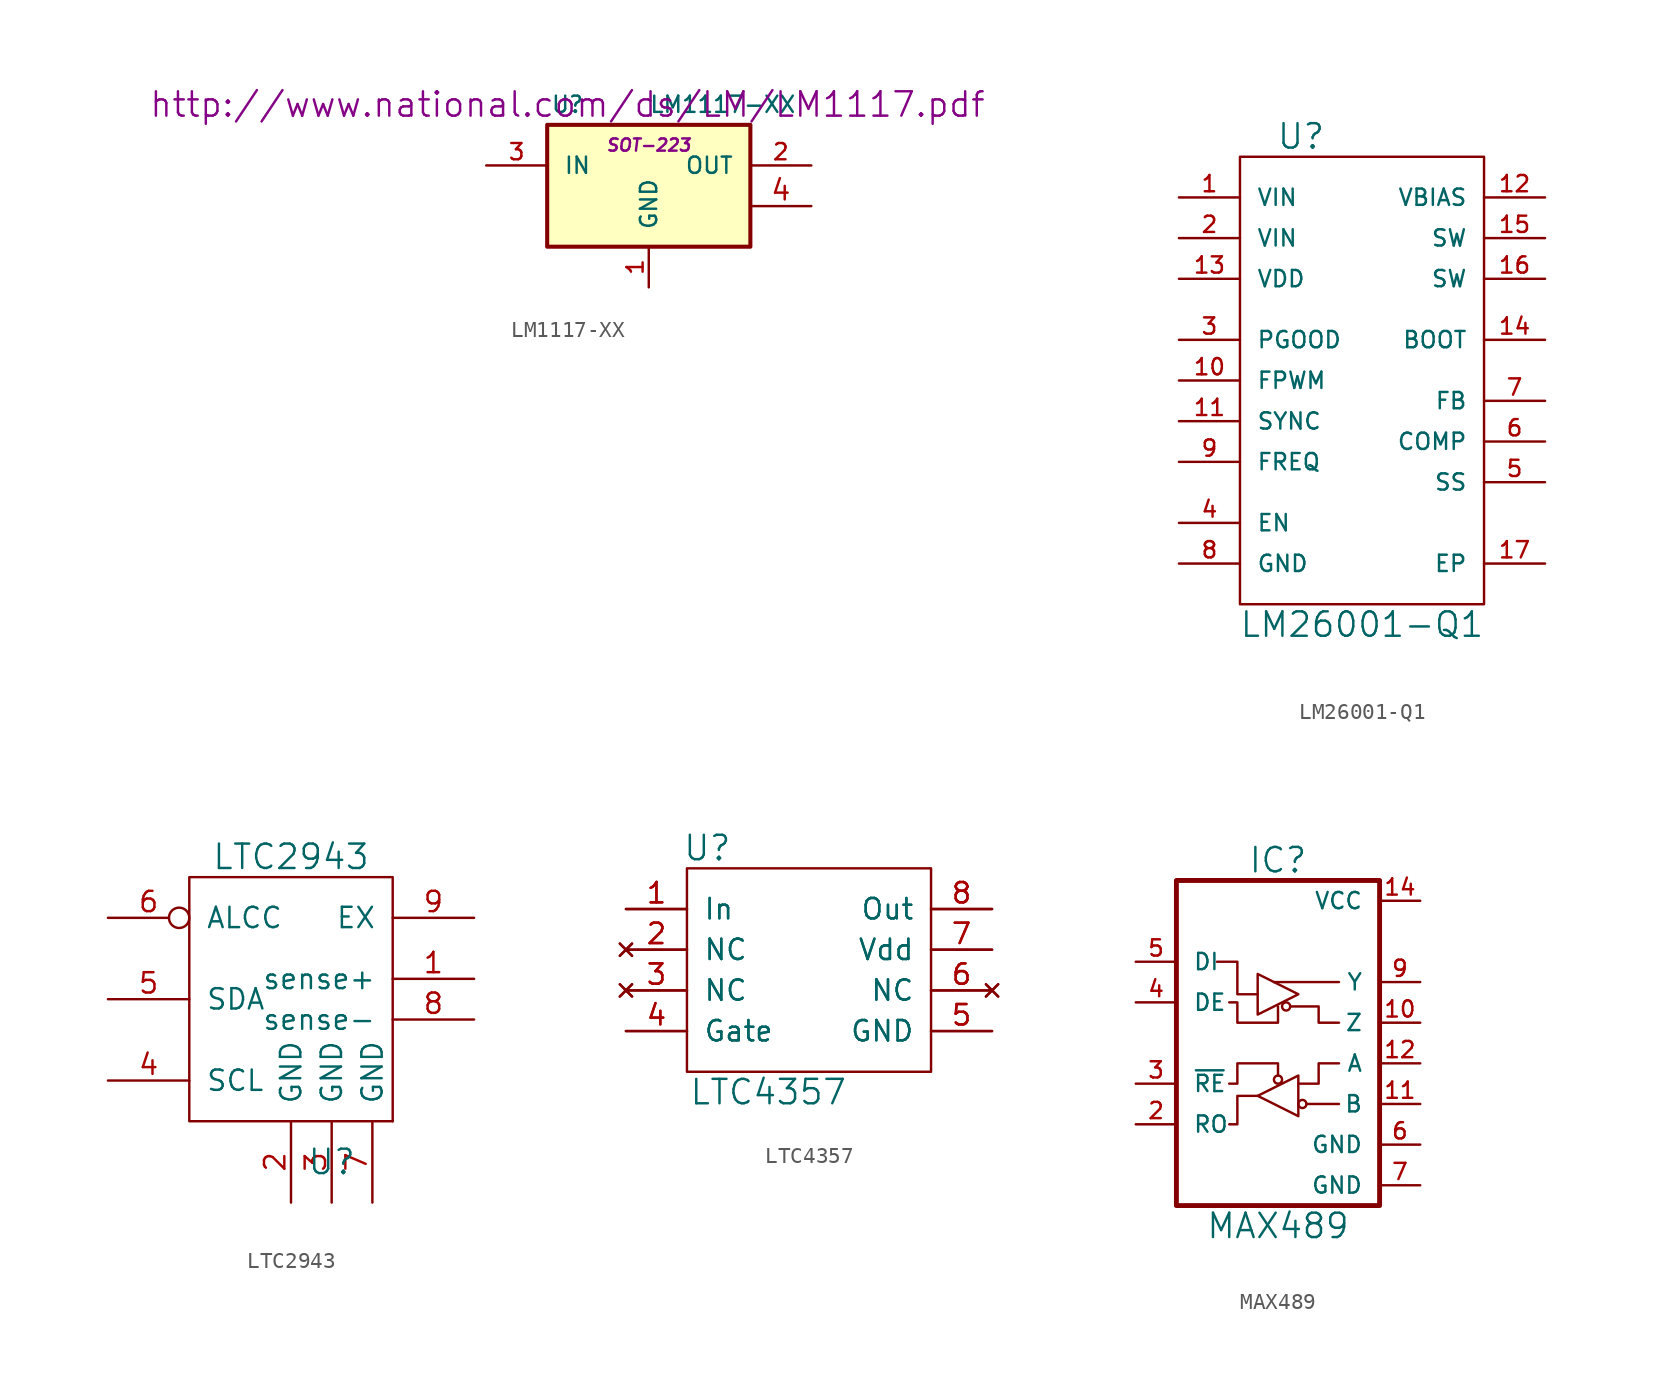
<source format=kicad_sym>
(kicad_symbol_lib
  (version 20211014)
  (generator kicad_symbol_editor)
  (symbol "LM1117-XX"
    (pin_names
      (offset 1.016))
    (property "Reference" "U"
      (at -5.08 5.08 0)
      (effects (font (size 1.016 1.016))))
    (property "Value" "LM1117-XX"
      (at 0 5.08 0)
      (effects (font (size 1.016 1.016)) (justify left)))
    (property "Footprint" "SOT-223"
      (at 0 2.54 0)
      (effects (font (size 0.762 0.762) italic)))
    (property "Datasheet" "http://www.national.com/ds/LM/LM1117.pdf"
      (at -5.08 5.08 0)
      (effects (font (size 1.524 1.524))))
    (symbol "LM1117-XX_0_1"
      (rectangle (start -6.35 3.81) (end 6.35 -3.81) (stroke (width 0.254) (type default) (color 0 0 0 0)) (fill (type background))))
    (symbol "LM1117-XX_1_1"
      (pin power_in line (at 0 -6.35 90) (length 2.54) (name "GND" (effects (font (size 1.016 1.016)))) (number "1" (effects (font (size 1.016 1.016)))))
      (pin power_out line (at 10.16 1.27 180) (length 3.81) (name "OUT" (effects (font (size 1.016 1.016)))) (number "2" (effects (font (size 1.016 1.016)))))
      (pin power_in line (at -10.16 1.27 0) (length 3.81) (name "IN" (effects (font (size 1.016 1.016)))) (number "3" (effects (font (size 1.016 1.016)))))
      (pin input line (at 10.16 -1.27 180) (length 3.81) (name "~" (effects (font (size 1.27 1.27)))) (number "4" (effects (font (size 1.27 1.27)))))))
  (symbol "LM26001-Q1"
    (pin_names
      (offset 1.016))
    (property "Reference" "U"
      (at -3.81 15.24 0)
      (effects (font (size 1.524 1.524))))
    (property "Value" "LM26001-Q1"
      (at 0 -15.24 0)
      (effects (font (size 1.524 1.524))))
    (symbol "LM26001-Q1_0_1"
      (rectangle (start -7.62 13.97) (end 7.62 -13.97) (stroke (width 0) (type default) (color 0 0 0 0)) (fill (type none))))
    (symbol "LM26001-Q1_1_1"
      (pin power_in line (at -11.43 11.43 0) (length 3.81) (name "VIN" (effects (font (size 1.016 1.016)))) (number "1" (effects (font (size 1.016 1.016)))))
      (pin input line (at -11.43 0 0) (length 3.81) (name "FPWM" (effects (font (size 1.016 1.016)))) (number "10" (effects (font (size 1.016 1.016)))))
      (pin input line (at -11.43 -2.54 0) (length 3.81) (name "SYNC" (effects (font (size 1.016 1.016)))) (number "11" (effects (font (size 1.016 1.016)))))
      (pin input line (at 11.43 11.43 180) (length 3.81) (name "VBIAS" (effects (font (size 1.016 1.016)))) (number "12" (effects (font (size 1.016 1.016)))))
      (pin power_in line (at -11.43 6.35 0) (length 3.81) (name "VDD" (effects (font (size 1.016 1.016)))) (number "13" (effects (font (size 1.016 1.016)))))
      (pin input line (at 11.43 2.54 180) (length 3.81) (name "BOOT" (effects (font (size 1.016 1.016)))) (number "14" (effects (font (size 1.016 1.016)))))
      (pin power_out line (at 11.43 8.89 180) (length 3.81) (name "SW" (effects (font (size 1.016 1.016)))) (number "15" (effects (font (size 1.016 1.016)))))
      (pin power_out line (at 11.43 6.35 180) (length 3.81) (name "SW" (effects (font (size 1.016 1.016)))) (number "16" (effects (font (size 1.016 1.016)))))
      (pin passive line (at 11.43 -11.43 180) (length 3.81) (name "EP" (effects (font (size 1.016 1.016)))) (number "17" (effects (font (size 1.016 1.016)))))
      (pin power_in line (at -11.43 8.89 0) (length 3.81) (name "VIN" (effects (font (size 1.016 1.016)))) (number "2" (effects (font (size 1.016 1.016)))))
      (pin output line (at -11.43 2.54 0) (length 3.81) (name "PGOOD" (effects (font (size 1.016 1.016)))) (number "3" (effects (font (size 1.016 1.016)))))
      (pin input line (at -11.43 -8.89 0) (length 3.81) (name "EN" (effects (font (size 1.016 1.016)))) (number "4" (effects (font (size 1.016 1.016)))))
      (pin input line (at 11.43 -6.35 180) (length 3.81) (name "SS" (effects (font (size 1.016 1.016)))) (number "5" (effects (font (size 1.016 1.016)))))
      (pin output line (at 11.43 -3.81 180) (length 3.81) (name "COMP" (effects (font (size 1.016 1.016)))) (number "6" (effects (font (size 1.016 1.016)))))
      (pin input line (at 11.43 -1.27 180) (length 3.81) (name "FB" (effects (font (size 1.016 1.016)))) (number "7" (effects (font (size 1.016 1.016)))))
      (pin power_in line (at -11.43 -11.43 0) (length 3.81) (name "GND" (effects (font (size 1.016 1.016)))) (number "8" (effects (font (size 1.016 1.016)))))
      (pin input line (at -11.43 -5.08 0) (length 3.81) (name "FREQ" (effects (font (size 1.016 1.016)))) (number "9" (effects (font (size 1.016 1.016)))))))
  (symbol "LTC2943"
    (pin_names
      (offset 1.016))
    (property "Reference" "U"
      (at 2.54 -10.16 0)
      (effects (font (size 1.524 1.524))))
    (property "Value" "LTC2943"
      (at 0 8.89 0)
      (effects (font (size 1.524 1.524))))
    (property "Footprint" ""
      (at 1.27 -6.35 0)
      (effects (font (size 1.524 1.524))))
    (property "Datasheet" ""
      (at 1.27 -6.35 0)
      (effects (font (size 1.524 1.524))))
    (symbol "LTC2943_0_1"
      (rectangle (start -6.35 7.62) (end 6.35 -7.62) (stroke (width 0) (type default) (color 0 0 0 0)) (fill (type none)))
      (rectangle (start 6.35 -7.62) (end 6.35 -7.62) (stroke (width 0) (type default) (color 0 0 0 0)) (fill (type none))))
    (symbol "LTC2943_1_1"
      (pin input line (at 11.43 1.27 180) (length 5.08) (name "sense+" (effects (font (size 1.27 1.27)))) (number "1" (effects (font (size 1.27 1.27)))))
      (pin passive line (at 0 -12.7 90) (length 5.08) (name "GND" (effects (font (size 1.27 1.27)))) (number "2" (effects (font (size 1.27 1.27)))))
      (pin passive line (at 2.54 -12.7 90) (length 5.08) (name "GND" (effects (font (size 1.27 1.27)))) (number "3" (effects (font (size 1.27 1.27)))))
      (pin input line (at -11.43 -5.08 0) (length 5.08) (name "SCL" (effects (font (size 1.27 1.27)))) (number "4" (effects (font (size 1.27 1.27)))))
      (pin bidirectional line (at -11.43 0 0) (length 5.08) (name "SDA" (effects (font (size 1.27 1.27)))) (number "5" (effects (font (size 1.27 1.27)))))
      (pin bidirectional inverted (at -11.43 5.08 0) (length 5.08) (name "ALCC" (effects (font (size 1.27 1.27)))) (number "6" (effects (font (size 1.27 1.27)))))
      (pin passive line (at 5.08 -12.7 90) (length 5.08) (name "GND" (effects (font (size 1.27 1.27)))) (number "7" (effects (font (size 1.27 1.27)))))
      (pin input line (at 11.43 -1.27 180) (length 5.08) (name "sense-" (effects (font (size 1.27 1.27)))) (number "8" (effects (font (size 1.27 1.27)))))
      (pin input line (at 11.43 5.08 180) (length 5.08) (name "EX" (effects (font (size 1.27 1.27)))) (number "9" (effects (font (size 1.27 1.27)))))))
  (symbol "LTC4357"
    (pin_names
      (offset 1.016))
    (property "Reference" "U"
      (at -6.35 7.62 0)
      (effects (font (size 1.524 1.524))))
    (property "Value" "LTC4357"
      (at -2.54 -7.62 0)
      (effects (font (size 1.524 1.524))))
    (property "Footprint" ""
      (at -7.62 -3.81 0)
      (effects (font (size 1.524 1.524))))
    (property "Datasheet" ""
      (at -7.62 -3.81 0)
      (effects (font (size 1.524 1.524))))
    (symbol "LTC4357_0_1"
      (rectangle (start -7.62 6.35) (end 7.62 -6.35) (stroke (width 0) (type default) (color 0 0 0 0)) (fill (type none))))
    (symbol "LTC4357_1_1"
      (pin input line (at -11.43 3.81 0) (length 3.81) (name "In" (effects (font (size 1.27 1.27)))) (number "1" (effects (font (size 1.27 1.27)))))
      (pin input line (at -11.43 3.81 0) (length 3.81) (name "In" (effects (font (size 1.27 1.27)))) (number "1" (effects (font (size 1.27 1.27)))))
      (pin no_connect line (at -11.43 1.27 0) (length 3.81) (name "NC" (effects (font (size 1.27 1.27)))) (number "2" (effects (font (size 1.27 1.27)))))
      (pin no_connect line (at -11.43 1.27 0) (length 3.81) (name "NC" (effects (font (size 1.27 1.27)))) (number "2" (effects (font (size 1.27 1.27)))))
      (pin no_connect line (at -11.43 -1.27 0) (length 3.81) (name "NC" (effects (font (size 1.27 1.27)))) (number "3" (effects (font (size 1.27 1.27)))))
      (pin no_connect line (at -11.43 -1.27 0) (length 3.81) (name "NC" (effects (font (size 1.27 1.27)))) (number "3" (effects (font (size 1.27 1.27)))))
      (pin input line (at -11.43 -3.81 0) (length 3.81) (name "Gate" (effects (font (size 1.27 1.27)))) (number "4" (effects (font (size 1.27 1.27)))))
      (pin input line (at -11.43 -3.81 0) (length 3.81) (name "Gate" (effects (font (size 1.27 1.27)))) (number "4" (effects (font (size 1.27 1.27)))))
      (pin power_in line (at 11.43 -3.81 180) (length 3.81) (name "GND" (effects (font (size 1.27 1.27)))) (number "5" (effects (font (size 1.27 1.27)))))
      (pin power_in line (at 11.43 -3.81 180) (length 3.81) (name "GND" (effects (font (size 1.27 1.27)))) (number "5" (effects (font (size 1.27 1.27)))))
      (pin no_connect line (at 11.43 -1.27 180) (length 3.81) (name "NC" (effects (font (size 1.27 1.27)))) (number "6" (effects (font (size 1.27 1.27)))))
      (pin no_connect line (at 11.43 -1.27 180) (length 3.81) (name "NC" (effects (font (size 1.27 1.27)))) (number "6" (effects (font (size 1.27 1.27)))))
      (pin power_in line (at 11.43 1.27 180) (length 3.81) (name "Vdd" (effects (font (size 1.27 1.27)))) (number "7" (effects (font (size 1.27 1.27)))))
      (pin power_in line (at 11.43 1.27 180) (length 3.81) (name "Vdd" (effects (font (size 1.27 1.27)))) (number "7" (effects (font (size 1.27 1.27)))))
      (pin input line (at 11.43 3.81 180) (length 3.81) (name "Out" (effects (font (size 1.27 1.27)))) (number "8" (effects (font (size 1.27 1.27)))))
      (pin input line (at 11.43 3.81 180) (length 3.81) (name "Out" (effects (font (size 1.27 1.27)))) (number "8" (effects (font (size 1.27 1.27)))))))
  (symbol "MAX489"
    (pin_names
      (offset 1.016))
    (property "Reference" "IC"
      (at 0 11.43 0)
      (effects (font (size 1.524 1.524))))
    (property "Value" "MAX489"
      (at 0 -11.43 0)
      (effects (font (size 1.524 1.524))))
    (property "Footprint" ""
      (at 0 0 0)
      (effects (font (size 1.524 1.524))))
    (property "Datasheet" ""
      (at 0 0 0)
      (effects (font (size 1.524 1.524))))
    (symbol "MAX489_0_1"
      (rectangle (start -6.35 10.16) (end 6.35 -10.16) (stroke (width 0.305) (type default) (color 0 0 0 0)) (fill (type none)))
      (circle (center 0 -2.286) (radius 0.254) (stroke (width 0) (type default) (color 0 0 0 0)) (fill (type none)))
      (polyline (pts (xy -0.254 3.81) (xy 3.81 3.81)) (stroke (width 0) (type default) (color 0 0 0 0)) (fill (type none)))
      (polyline (pts (xy 1.778 -3.81) (xy 3.81 -3.81)) (stroke (width 0) (type default) (color 0 0 0 0)) (fill (type none)))
      (polyline (pts (xy -1.27 -3.302) (xy -2.54 -3.302) (xy -2.54 -5.08) (xy -3.048 -5.08)) (stroke (width 0) (type default) (color 0 0 0 0)) (fill (type none)))
      (polyline (pts (xy -1.27 1.778) (xy -1.27 4.318) (xy 1.27 3.048) (xy -1.27 1.778)) (stroke (width 0) (type default) (color 0 0 0 0)) (fill (type none)))
      (polyline (pts (xy -1.27 3.048) (xy -2.54 3.048) (xy -2.54 5.08) (xy -3.81 5.08)) (stroke (width 0) (type default) (color 0 0 0 0)) (fill (type none)))
      (polyline (pts (xy 0.762 2.286) (xy 2.54 2.286) (xy 2.54 1.27) (xy 3.81 1.27)) (stroke (width 0) (type default) (color 0 0 0 0)) (fill (type none)))
      (polyline (pts (xy 1.27 -2.54) (xy 2.54 -2.54) (xy 2.54 -1.27) (xy 3.81 -1.27)) (stroke (width 0) (type default) (color 0 0 0 0)) (fill (type none)))
      (polyline (pts (xy 1.27 -2.032) (xy 1.27 -4.572) (xy -1.27 -3.302) (xy 1.27 -2.032)) (stroke (width 0) (type default) (color 0 0 0 0)) (fill (type none)))
      (polyline (pts (xy -3.048 -2.54) (xy -2.54 -2.54) (xy -2.54 -1.27) (xy 0 -1.27) (xy 0 -2.032)) (stroke (width 0) (type default) (color 0 0 0 0)) (fill (type none)))
      (polyline (pts (xy -3.048 2.54) (xy -2.54 2.54) (xy -2.54 1.27) (xy 0 1.27) (xy 0 2.286)) (stroke (width 0) (type default) (color 0 0 0 0)) (fill (type none)))
      (circle (center 0.508 2.286) (radius 0.254) (stroke (width 0) (type default) (color 0 0 0 0)) (fill (type none)))
      (circle (center 1.524 -3.81) (radius 0.254) (stroke (width 0) (type default) (color 0 0 0 0)) (fill (type none))))
    (symbol "MAX489_1_1"
      (pin output line (at 8.89 1.27 180) (length 2.54) (name "Z" (effects (font (size 1.016 1.016)))) (number "10" (effects (font (size 1.016 1.016)))))
      (pin input line (at 8.89 -3.81 180) (length 2.54) (name "B" (effects (font (size 1.016 1.016)))) (number "11" (effects (font (size 1.016 1.016)))))
      (pin input line (at 8.89 -1.27 180) (length 2.54) (name "A" (effects (font (size 1.016 1.016)))) (number "12" (effects (font (size 1.016 1.016)))))
      (pin power_in line (at 8.89 8.89 180) (length 2.54) (name "VCC" (effects (font (size 1.016 1.016)))) (number "14" (effects (font (size 1.016 1.016)))))
      (pin output line (at -8.89 -5.08 0) (length 2.54) (name "RO" (effects (font (size 1.016 1.016)))) (number "2" (effects (font (size 1.016 1.016)))))
      (pin input line (at -8.89 -2.54 0) (length 2.54) (name "~{RE}" (effects (font (size 1.016 1.016)))) (number "3" (effects (font (size 1.016 1.016)))))
      (pin input line (at -8.89 2.54 0) (length 2.54) (name "DE" (effects (font (size 1.016 1.016)))) (number "4" (effects (font (size 1.016 1.016)))))
      (pin input line (at -8.89 5.08 0) (length 2.54) (name "DI" (effects (font (size 1.016 1.016)))) (number "5" (effects (font (size 1.016 1.016)))))
      (pin power_in line (at 8.89 -6.35 180) (length 2.54) (name "GND" (effects (font (size 1.016 1.016)))) (number "6" (effects (font (size 1.016 1.016)))))
      (pin power_in line (at 8.89 -8.89 180) (length 2.54) (name "GND" (effects (font (size 1.016 1.016)))) (number "7" (effects (font (size 1.016 1.016)))))
      (pin output line (at 8.89 3.81 180) (length 2.54) (name "Y" (effects (font (size 1.016 1.016)))) (number "9" (effects (font (size 1.016 1.016))))))))
</source>
